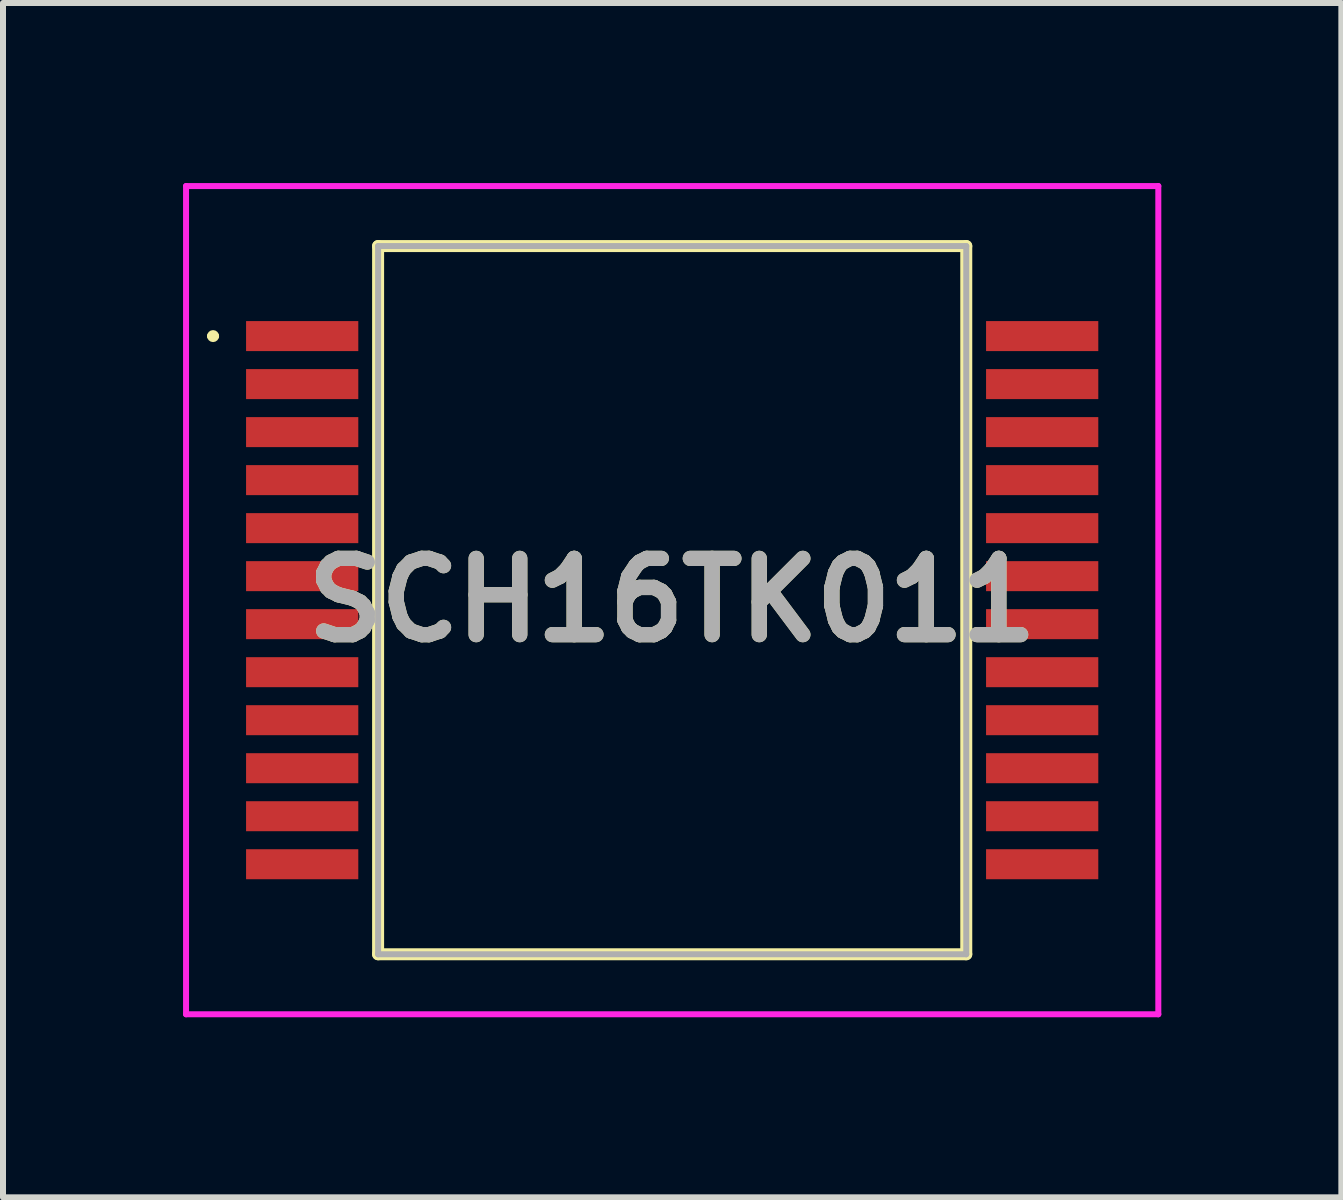
<source format=kicad_pcb>
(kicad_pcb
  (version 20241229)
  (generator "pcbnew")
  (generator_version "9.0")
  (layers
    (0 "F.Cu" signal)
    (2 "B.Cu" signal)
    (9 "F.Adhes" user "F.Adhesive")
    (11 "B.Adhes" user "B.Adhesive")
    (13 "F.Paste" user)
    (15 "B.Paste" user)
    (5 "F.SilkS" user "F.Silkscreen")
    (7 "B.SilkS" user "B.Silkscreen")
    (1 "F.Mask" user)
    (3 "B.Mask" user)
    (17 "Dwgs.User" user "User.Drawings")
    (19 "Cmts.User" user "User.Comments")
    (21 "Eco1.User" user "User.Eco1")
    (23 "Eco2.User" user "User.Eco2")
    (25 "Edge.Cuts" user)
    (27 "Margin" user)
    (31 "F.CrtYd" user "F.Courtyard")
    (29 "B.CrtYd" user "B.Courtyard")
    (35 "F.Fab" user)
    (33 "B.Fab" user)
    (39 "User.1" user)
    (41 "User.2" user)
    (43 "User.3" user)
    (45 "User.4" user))
  (footprint "SCH16TK011"
    (layer "F.Cu")
    (at 8.15 6.95)
    (property "Reference" "SCH16TK011" (at 0 0 0) (layer "F.SilkS") (effects (font (size 1.27 1.27) (thickness 0.254))))
    (attr smd)
    (fp_line (start -7.7 -4.4) (end -7.7 -4.4) (stroke (width 0.1) (type solid)) (layer "F.SilkS"))
    (fp_line (start -7.6 -4.4) (end -7.6 -4.4) (stroke (width 0.1) (type solid)) (layer "F.SilkS"))
    (fp_line (start -4.9 -5.9) (end 4.9 -5.9) (stroke (width 0.2) (type solid)) (layer "F.SilkS"))
    (fp_line (start -4.9 5.9) (end -4.9 -5.9) (stroke (width 0.2) (type solid)) (layer "F.SilkS"))
    (fp_line (start 4.9 -5.9) (end 4.9 5.9) (stroke (width 0.2) (type solid)) (layer "F.SilkS"))
    (fp_line (start 4.9 5.9) (end -4.9 5.9) (stroke (width 0.2) (type solid)) (layer "F.SilkS"))
    (fp_arc (start -7.7 -4.4) (mid -7.65 -4.45) (end -7.6 -4.4) (stroke (width 0.1) (type solid)) (layer "F.SilkS"))
    (fp_arc (start -7.6 -4.4) (mid -7.65 -4.35) (end -7.7 -4.4) (stroke (width 0.1) (type solid)) (layer "F.SilkS"))
    (fp_line (start -8.1 -6.9) (end 8.1 -6.9) (stroke (width 0.1) (type solid)) (layer "F.CrtYd"))
    (fp_line (start -8.1 6.9) (end -8.1 -6.9) (stroke (width 0.1) (type solid)) (layer "F.CrtYd"))
    (fp_line (start 8.1 -6.9) (end 8.1 6.9) (stroke (width 0.1) (type solid)) (layer "F.CrtYd"))
    (fp_line (start 8.1 6.9) (end -8.1 6.9) (stroke (width 0.1) (type solid)) (layer "F.CrtYd"))
    (fp_line (start -4.9 -5.9) (end 4.9 -5.9) (stroke (width 0.1) (type solid)) (layer "F.Fab"))
    (fp_line (start -4.9 5.9) (end -4.9 -5.9) (stroke (width 0.1) (type solid)) (layer "F.Fab"))
    (fp_line (start 4.9 -5.9) (end 4.9 5.9) (stroke (width 0.1) (type solid)) (layer "F.Fab"))
    (fp_line (start 4.9 5.9) (end -4.9 5.9) (stroke (width 0.1) (type solid)) (layer "F.Fab"))
    (fp_text user "${REFERENCE}" (at 0 0 0) (layer "F.Fab") (effects (font (size 1.27 1.27) (thickness 0.254))))
    (pad "1" smd rect (at -6.165 -4.4 90) (size 0.5 1.87) (layers "F.Cu" "F.Mask" "F.Paste"))
    (pad "2" smd rect (at -6.165 -3.6 90) (size 0.5 1.87) (layers "F.Cu" "F.Mask" "F.Paste"))
    (pad "3" smd rect (at -6.165 -2.8 90) (size 0.5 1.87) (layers "F.Cu" "F.Mask" "F.Paste"))
    (pad "4" smd rect (at -6.165 -2 90) (size 0.5 1.87) (layers "F.Cu" "F.Mask" "F.Paste"))
    (pad "5" smd rect (at -6.165 -1.2 90) (size 0.5 1.87) (layers "F.Cu" "F.Mask" "F.Paste"))
    (pad "6" smd rect (at -6.165 -0.4 90) (size 0.5 1.87) (layers "F.Cu" "F.Mask" "F.Paste"))
    (pad "7" smd rect (at -6.165 0.4 90) (size 0.5 1.87) (layers "F.Cu" "F.Mask" "F.Paste"))
    (pad "8" smd rect (at -6.165 1.2 90) (size 0.5 1.87) (layers "F.Cu" "F.Mask" "F.Paste"))
    (pad "9" smd rect (at -6.165 2 90) (size 0.5 1.87) (layers "F.Cu" "F.Mask" "F.Paste"))
    (pad "10" smd rect (at -6.165 2.8 90) (size 0.5 1.87) (layers "F.Cu" "F.Mask" "F.Paste"))
    (pad "11" smd rect (at -6.165 3.6 90) (size 0.5 1.87) (layers "F.Cu" "F.Mask" "F.Paste"))
    (pad "12" smd rect (at -6.165 4.4 90) (size 0.5 1.87) (layers "F.Cu" "F.Mask" "F.Paste"))
    (pad "13" smd rect (at 6.165 4.4 90) (size 0.5 1.87) (layers "F.Cu" "F.Mask" "F.Paste"))
    (pad "14" smd rect (at 6.165 3.6 90) (size 0.5 1.87) (layers "F.Cu" "F.Mask" "F.Paste"))
    (pad "15" smd rect (at 6.165 2.8 90) (size 0.5 1.87) (layers "F.Cu" "F.Mask" "F.Paste"))
    (pad "16" smd rect (at 6.165 2 90) (size 0.5 1.87) (layers "F.Cu" "F.Mask" "F.Paste"))
    (pad "17" smd rect (at 6.165 1.2 90) (size 0.5 1.87) (layers "F.Cu" "F.Mask" "F.Paste"))
    (pad "18" smd rect (at 6.165 0.4 90) (size 0.5 1.87) (layers "F.Cu" "F.Mask" "F.Paste"))
    (pad "19" smd rect (at 6.165 -0.4 90) (size 0.5 1.87) (layers "F.Cu" "F.Mask" "F.Paste"))
    (pad "20" smd rect (at 6.165 -1.2 90) (size 0.5 1.87) (layers "F.Cu" "F.Mask" "F.Paste"))
    (pad "21" smd rect (at 6.165 -2 90) (size 0.5 1.87) (layers "F.Cu" "F.Mask" "F.Paste"))
    (pad "22" smd rect (at 6.165 -2.8 90) (size 0.5 1.87) (layers "F.Cu" "F.Mask" "F.Paste"))
    (pad "23" smd rect (at 6.165 -3.6 90) (size 0.5 1.87) (layers "F.Cu" "F.Mask" "F.Paste"))
    (pad "24" smd rect (at 6.165 -4.4 90) (size 0.5 1.87) (layers "F.Cu" "F.Mask" "F.Paste")))
  (gr_rect
    (start -3 -3)
    (end 19.3 16.9)
    (stroke (width 0.1) (type default))
    (fill no)
    (layer "Edge.Cuts")))
</source>
